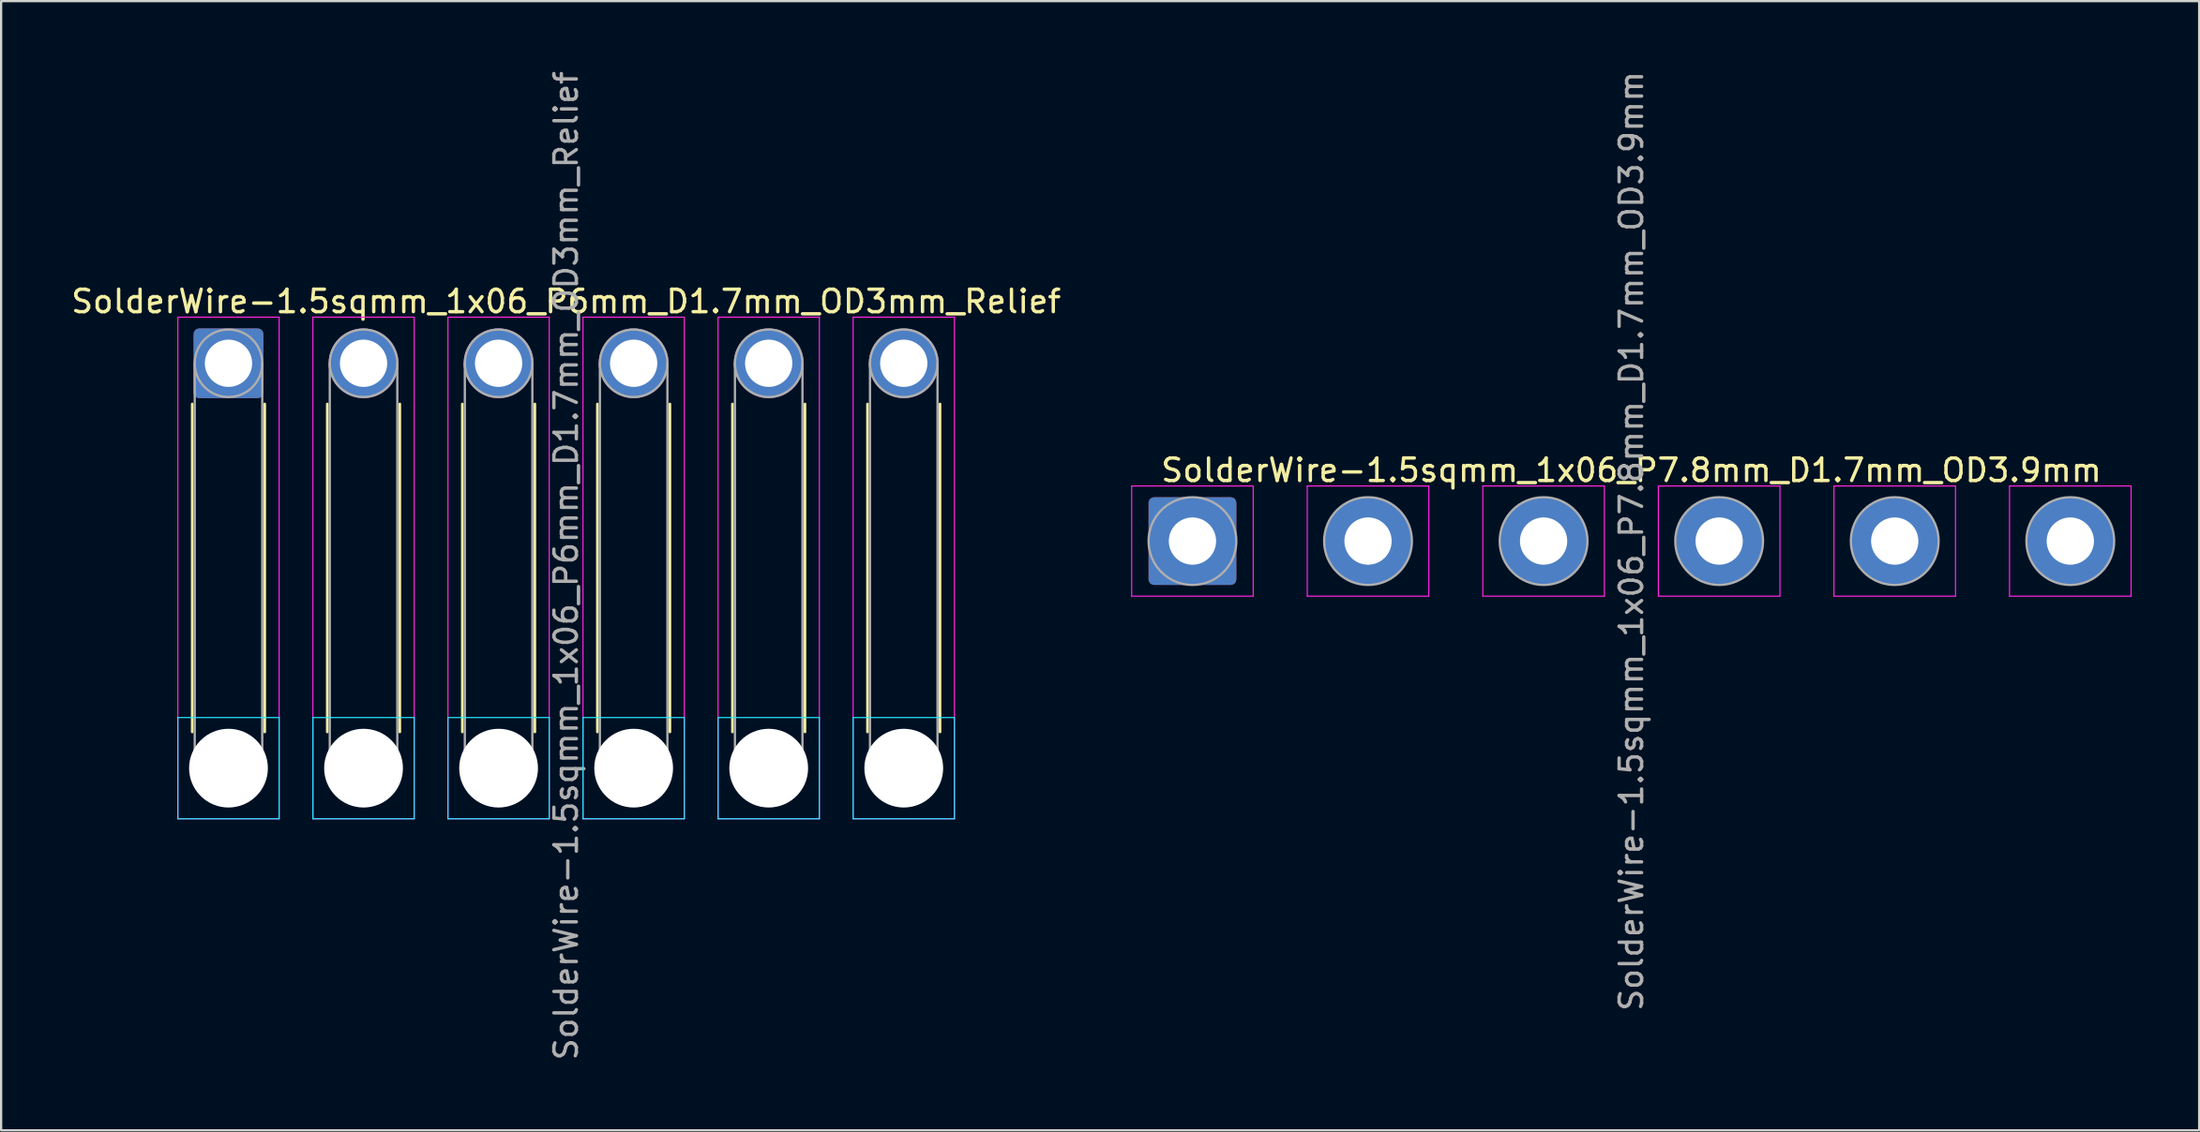
<source format=kicad_pcb>
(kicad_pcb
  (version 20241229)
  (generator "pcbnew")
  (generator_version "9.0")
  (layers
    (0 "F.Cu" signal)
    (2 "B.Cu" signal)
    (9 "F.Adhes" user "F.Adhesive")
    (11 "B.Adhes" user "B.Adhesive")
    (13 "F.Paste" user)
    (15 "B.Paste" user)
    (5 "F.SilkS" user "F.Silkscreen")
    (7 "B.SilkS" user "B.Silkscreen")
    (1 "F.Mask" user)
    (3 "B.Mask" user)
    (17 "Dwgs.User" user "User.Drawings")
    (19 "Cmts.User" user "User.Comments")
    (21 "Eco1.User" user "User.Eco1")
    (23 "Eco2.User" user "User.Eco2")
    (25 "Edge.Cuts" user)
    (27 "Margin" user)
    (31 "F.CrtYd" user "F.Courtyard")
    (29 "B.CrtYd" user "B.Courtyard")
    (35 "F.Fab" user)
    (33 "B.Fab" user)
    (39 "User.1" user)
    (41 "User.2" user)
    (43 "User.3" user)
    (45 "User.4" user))
  (footprint "SolderWire-1.5sqmm_1x06_P6mm_D1.7mm_OD3mm_Relief"
    (layer "F.Cu")
    (at 7.101 13.101)
    (property "Reference" "SolderWire-1.5sqmm_1x06_P6mm_D1.7mm_OD3mm_Relief" (at 15 -2.75 0) (layer "F.SilkS") (effects (font (size 1 1) (thickness 0.15))))
    (attr exclude_from_pos_files exclude_from_bom)
    (fp_line (start -1.61 1.81) (end -1.61 16.39) (stroke (width 0.12) (type solid)) (layer "F.SilkS"))
    (fp_line (start 1.61 1.81) (end 1.61 16.39) (stroke (width 0.12) (type solid)) (layer "F.SilkS"))
    (fp_line (start 4.39 1.81) (end 4.39 16.39) (stroke (width 0.12) (type solid)) (layer "F.SilkS"))
    (fp_line (start 7.61 1.81) (end 7.61 16.39) (stroke (width 0.12) (type solid)) (layer "F.SilkS"))
    (fp_line (start 10.39 1.81) (end 10.39 16.39) (stroke (width 0.12) (type solid)) (layer "F.SilkS"))
    (fp_line (start 13.61 1.81) (end 13.61 16.39) (stroke (width 0.12) (type solid)) (layer "F.SilkS"))
    (fp_line (start 16.39 1.81) (end 16.39 16.39) (stroke (width 0.12) (type solid)) (layer "F.SilkS"))
    (fp_line (start 19.61 1.81) (end 19.61 16.39) (stroke (width 0.12) (type solid)) (layer "F.SilkS"))
    (fp_line (start 22.39 1.81) (end 22.39 16.39) (stroke (width 0.12) (type solid)) (layer "F.SilkS"))
    (fp_line (start 25.61 1.81) (end 25.61 16.39) (stroke (width 0.12) (type solid)) (layer "F.SilkS"))
    (fp_line (start 28.39 1.81) (end 28.39 16.39) (stroke (width 0.12) (type solid)) (layer "F.SilkS"))
    (fp_line (start 31.61 1.81) (end 31.61 16.39) (stroke (width 0.12) (type solid)) (layer "F.SilkS"))
    (fp_line (start -2.25 15.75) (end -2.25 20.25) (stroke (width 0.05) (type solid)) (layer "B.CrtYd"))
    (fp_line (start -2.25 20.25) (end 2.25 20.25) (stroke (width 0.05) (type solid)) (layer "B.CrtYd"))
    (fp_line (start 2.25 15.75) (end -2.25 15.75) (stroke (width 0.05) (type solid)) (layer "B.CrtYd"))
    (fp_line (start 2.25 20.25) (end 2.25 15.75) (stroke (width 0.05) (type solid)) (layer "B.CrtYd"))
    (fp_line (start 3.75 15.75) (end 3.75 20.25) (stroke (width 0.05) (type solid)) (layer "B.CrtYd"))
    (fp_line (start 3.75 20.25) (end 8.25 20.25) (stroke (width 0.05) (type solid)) (layer "B.CrtYd"))
    (fp_line (start 8.25 15.75) (end 3.75 15.75) (stroke (width 0.05) (type solid)) (layer "B.CrtYd"))
    (fp_line (start 8.25 20.25) (end 8.25 15.75) (stroke (width 0.05) (type solid)) (layer "B.CrtYd"))
    (fp_line (start 9.75 15.75) (end 9.75 20.25) (stroke (width 0.05) (type solid)) (layer "B.CrtYd"))
    (fp_line (start 9.75 20.25) (end 14.25 20.25) (stroke (width 0.05) (type solid)) (layer "B.CrtYd"))
    (fp_line (start 14.25 15.75) (end 9.75 15.75) (stroke (width 0.05) (type solid)) (layer "B.CrtYd"))
    (fp_line (start 14.25 20.25) (end 14.25 15.75) (stroke (width 0.05) (type solid)) (layer "B.CrtYd"))
    (fp_line (start 15.75 15.75) (end 15.75 20.25) (stroke (width 0.05) (type solid)) (layer "B.CrtYd"))
    (fp_line (start 15.75 20.25) (end 20.25 20.25) (stroke (width 0.05) (type solid)) (layer "B.CrtYd"))
    (fp_line (start 20.25 15.75) (end 15.75 15.75) (stroke (width 0.05) (type solid)) (layer "B.CrtYd"))
    (fp_line (start 20.25 20.25) (end 20.25 15.75) (stroke (width 0.05) (type solid)) (layer "B.CrtYd"))
    (fp_line (start 21.75 15.75) (end 21.75 20.25) (stroke (width 0.05) (type solid)) (layer "B.CrtYd"))
    (fp_line (start 21.75 20.25) (end 26.25 20.25) (stroke (width 0.05) (type solid)) (layer "B.CrtYd"))
    (fp_line (start 26.25 15.75) (end 21.75 15.75) (stroke (width 0.05) (type solid)) (layer "B.CrtYd"))
    (fp_line (start 26.25 20.25) (end 26.25 15.75) (stroke (width 0.05) (type solid)) (layer "B.CrtYd"))
    (fp_line (start 27.75 15.75) (end 27.75 20.25) (stroke (width 0.05) (type solid)) (layer "B.CrtYd"))
    (fp_line (start 27.75 20.25) (end 32.25 20.25) (stroke (width 0.05) (type solid)) (layer "B.CrtYd"))
    (fp_line (start 32.25 15.75) (end 27.75 15.75) (stroke (width 0.05) (type solid)) (layer "B.CrtYd"))
    (fp_line (start 32.25 20.25) (end 32.25 15.75) (stroke (width 0.05) (type solid)) (layer "B.CrtYd"))
    (fp_line (start -2.25 -2.05) (end -2.25 20.25) (stroke (width 0.05) (type solid)) (layer "F.CrtYd"))
    (fp_line (start -2.25 20.25) (end 2.25 20.25) (stroke (width 0.05) (type solid)) (layer "F.CrtYd"))
    (fp_line (start 2.25 -2.05) (end -2.25 -2.05) (stroke (width 0.05) (type solid)) (layer "F.CrtYd"))
    (fp_line (start 2.25 20.25) (end 2.25 -2.05) (stroke (width 0.05) (type solid)) (layer "F.CrtYd"))
    (fp_line (start 3.75 -2.05) (end 3.75 20.25) (stroke (width 0.05) (type solid)) (layer "F.CrtYd"))
    (fp_line (start 3.75 20.25) (end 8.25 20.25) (stroke (width 0.05) (type solid)) (layer "F.CrtYd"))
    (fp_line (start 8.25 -2.05) (end 3.75 -2.05) (stroke (width 0.05) (type solid)) (layer "F.CrtYd"))
    (fp_line (start 8.25 20.25) (end 8.25 -2.05) (stroke (width 0.05) (type solid)) (layer "F.CrtYd"))
    (fp_line (start 9.75 -2.05) (end 9.75 20.25) (stroke (width 0.05) (type solid)) (layer "F.CrtYd"))
    (fp_line (start 9.75 20.25) (end 14.25 20.25) (stroke (width 0.05) (type solid)) (layer "F.CrtYd"))
    (fp_line (start 14.25 -2.05) (end 9.75 -2.05) (stroke (width 0.05) (type solid)) (layer "F.CrtYd"))
    (fp_line (start 14.25 20.25) (end 14.25 -2.05) (stroke (width 0.05) (type solid)) (layer "F.CrtYd"))
    (fp_line (start 15.75 -2.05) (end 15.75 20.25) (stroke (width 0.05) (type solid)) (layer "F.CrtYd"))
    (fp_line (start 15.75 20.25) (end 20.25 20.25) (stroke (width 0.05) (type solid)) (layer "F.CrtYd"))
    (fp_line (start 20.25 -2.05) (end 15.75 -2.05) (stroke (width 0.05) (type solid)) (layer "F.CrtYd"))
    (fp_line (start 20.25 20.25) (end 20.25 -2.05) (stroke (width 0.05) (type solid)) (layer "F.CrtYd"))
    (fp_line (start 21.75 -2.05) (end 21.75 20.25) (stroke (width 0.05) (type solid)) (layer "F.CrtYd"))
    (fp_line (start 21.75 20.25) (end 26.25 20.25) (stroke (width 0.05) (type solid)) (layer "F.CrtYd"))
    (fp_line (start 26.25 -2.05) (end 21.75 -2.05) (stroke (width 0.05) (type solid)) (layer "F.CrtYd"))
    (fp_line (start 26.25 20.25) (end 26.25 -2.05) (stroke (width 0.05) (type solid)) (layer "F.CrtYd"))
    (fp_line (start 27.75 -2.05) (end 27.75 20.25) (stroke (width 0.05) (type solid)) (layer "F.CrtYd"))
    (fp_line (start 27.75 20.25) (end 32.25 20.25) (stroke (width 0.05) (type solid)) (layer "F.CrtYd"))
    (fp_line (start 32.25 -2.05) (end 27.75 -2.05) (stroke (width 0.05) (type solid)) (layer "F.CrtYd"))
    (fp_line (start 32.25 20.25) (end 32.25 -2.05) (stroke (width 0.05) (type solid)) (layer "F.CrtYd"))
    (fp_line (start -1.5 0) (end -1.5 18) (stroke (width 0.1) (type solid)) (layer "F.Fab"))
    (fp_line (start 1.5 0) (end 1.5 18) (stroke (width 0.1) (type solid)) (layer "F.Fab"))
    (fp_line (start 4.5 0) (end 4.5 18) (stroke (width 0.1) (type solid)) (layer "F.Fab"))
    (fp_line (start 7.5 0) (end 7.5 18) (stroke (width 0.1) (type solid)) (layer "F.Fab"))
    (fp_line (start 10.5 0) (end 10.5 18) (stroke (width 0.1) (type solid)) (layer "F.Fab"))
    (fp_line (start 13.5 0) (end 13.5 18) (stroke (width 0.1) (type solid)) (layer "F.Fab"))
    (fp_line (start 16.5 0) (end 16.5 18) (stroke (width 0.1) (type solid)) (layer "F.Fab"))
    (fp_line (start 19.5 0) (end 19.5 18) (stroke (width 0.1) (type solid)) (layer "F.Fab"))
    (fp_line (start 22.5 0) (end 22.5 18) (stroke (width 0.1) (type solid)) (layer "F.Fab"))
    (fp_line (start 25.5 0) (end 25.5 18) (stroke (width 0.1) (type solid)) (layer "F.Fab"))
    (fp_line (start 28.5 0) (end 28.5 18) (stroke (width 0.1) (type solid)) (layer "F.Fab"))
    (fp_line (start 31.5 0) (end 31.5 18) (stroke (width 0.1) (type solid)) (layer "F.Fab"))
    (fp_circle (center 0 0) (end 1.5 0) (stroke (width 0.1) (type solid)) (fill no) (layer "F.Fab"))
    (fp_circle (center 0 18) (end 1.5 18) (stroke (width 0.1) (type solid)) (fill no) (layer "F.Fab"))
    (fp_circle (center 6 0) (end 7.5 0) (stroke (width 0.1) (type solid)) (fill no) (layer "F.Fab"))
    (fp_circle (center 6 18) (end 7.5 18) (stroke (width 0.1) (type solid)) (fill no) (layer "F.Fab"))
    (fp_circle (center 12 0) (end 13.5 0) (stroke (width 0.1) (type solid)) (fill no) (layer "F.Fab"))
    (fp_circle (center 12 18) (end 13.5 18) (stroke (width 0.1) (type solid)) (fill no) (layer "F.Fab"))
    (fp_circle (center 18 0) (end 19.5 0) (stroke (width 0.1) (type solid)) (fill no) (layer "F.Fab"))
    (fp_circle (center 18 18) (end 19.5 18) (stroke (width 0.1) (type solid)) (fill no) (layer "F.Fab"))
    (fp_circle (center 24 0) (end 25.5 0) (stroke (width 0.1) (type solid)) (fill no) (layer "F.Fab"))
    (fp_circle (center 24 18) (end 25.5 18) (stroke (width 0.1) (type solid)) (fill no) (layer "F.Fab"))
    (fp_circle (center 30 0) (end 31.5 0) (stroke (width 0.1) (type solid)) (fill no) (layer "F.Fab"))
    (fp_circle (center 30 18) (end 31.5 18) (stroke (width 0.1) (type solid)) (fill no) (layer "F.Fab"))
    (fp_text user "${REFERENCE}" (at 15 9 90) (layer "F.Fab") (effects (font (size 1 1) (thickness 0.15))))
    (pad "" np_thru_hole circle (at 0 18) (size 3.5 3.5) (drill 3.5) (layers "*.Cu" "*.Mask"))
    (pad "" np_thru_hole circle (at 6 18) (size 3.5 3.5) (drill 3.5) (layers "*.Cu" "*.Mask"))
    (pad "" np_thru_hole circle (at 12 18) (size 3.5 3.5) (drill 3.5) (layers "*.Cu" "*.Mask"))
    (pad "" np_thru_hole circle (at 18 18) (size 3.5 3.5) (drill 3.5) (layers "*.Cu" "*.Mask"))
    (pad "" np_thru_hole circle (at 24 18) (size 3.5 3.5) (drill 3.5) (layers "*.Cu" "*.Mask"))
    (pad "" np_thru_hole circle (at 30 18) (size 3.5 3.5) (drill 3.5) (layers "*.Cu" "*.Mask"))
    (pad "1" thru_hole roundrect (at 0 0) (size 3.1 3.1) (drill 2.1) (layers "*.Cu" "*.Mask") (roundrect_rratio 0.081))
    (pad "2" thru_hole circle (at 6 0) (size 3.1 3.1) (drill 2.1) (layers "*.Cu" "*.Mask"))
    (pad "3" thru_hole circle (at 12 0) (size 3.1 3.1) (drill 2.1) (layers "*.Cu" "*.Mask"))
    (pad "4" thru_hole circle (at 18 0) (size 3.1 3.1) (drill 2.1) (layers "*.Cu" "*.Mask"))
    (pad "5" thru_hole circle (at 24 0) (size 3.1 3.1) (drill 2.1) (layers "*.Cu" "*.Mask"))
    (pad "6" thru_hole circle (at 30 0) (size 3.1 3.1) (drill 2.1) (layers "*.Cu" "*.Mask")))
  (footprint "SolderWire-1.5sqmm_1x06_P7.8mm_D1.7mm_OD3.9mm"
    (layer "F.Cu")
    (at 49.927 21.006)
    (property "Reference" "SolderWire-1.5sqmm_1x06_P7.8mm_D1.7mm_OD3.9mm" (at 19.5 -3.15 0) (layer "F.SilkS") (effects (font (size 1 1) (thickness 0.15))))
    (attr exclude_from_pos_files exclude_from_bom)
    (fp_line (start -2.7 -2.45) (end -2.7 2.45) (stroke (width 0.05) (type solid)) (layer "F.CrtYd"))
    (fp_line (start -2.7 2.45) (end 2.7 2.45) (stroke (width 0.05) (type solid)) (layer "F.CrtYd"))
    (fp_line (start 2.7 -2.45) (end -2.7 -2.45) (stroke (width 0.05) (type solid)) (layer "F.CrtYd"))
    (fp_line (start 2.7 2.45) (end 2.7 -2.45) (stroke (width 0.05) (type solid)) (layer "F.CrtYd"))
    (fp_line (start 5.1 -2.45) (end 5.1 2.45) (stroke (width 0.05) (type solid)) (layer "F.CrtYd"))
    (fp_line (start 5.1 2.45) (end 10.5 2.45) (stroke (width 0.05) (type solid)) (layer "F.CrtYd"))
    (fp_line (start 10.5 -2.45) (end 5.1 -2.45) (stroke (width 0.05) (type solid)) (layer "F.CrtYd"))
    (fp_line (start 10.5 2.45) (end 10.5 -2.45) (stroke (width 0.05) (type solid)) (layer "F.CrtYd"))
    (fp_line (start 12.9 -2.45) (end 12.9 2.45) (stroke (width 0.05) (type solid)) (layer "F.CrtYd"))
    (fp_line (start 12.9 2.45) (end 18.3 2.45) (stroke (width 0.05) (type solid)) (layer "F.CrtYd"))
    (fp_line (start 18.3 -2.45) (end 12.9 -2.45) (stroke (width 0.05) (type solid)) (layer "F.CrtYd"))
    (fp_line (start 18.3 2.45) (end 18.3 -2.45) (stroke (width 0.05) (type solid)) (layer "F.CrtYd"))
    (fp_line (start 20.7 -2.45) (end 20.7 2.45) (stroke (width 0.05) (type solid)) (layer "F.CrtYd"))
    (fp_line (start 20.7 2.45) (end 26.1 2.45) (stroke (width 0.05) (type solid)) (layer "F.CrtYd"))
    (fp_line (start 26.1 -2.45) (end 20.7 -2.45) (stroke (width 0.05) (type solid)) (layer "F.CrtYd"))
    (fp_line (start 26.1 2.45) (end 26.1 -2.45) (stroke (width 0.05) (type solid)) (layer "F.CrtYd"))
    (fp_line (start 28.5 -2.45) (end 28.5 2.45) (stroke (width 0.05) (type solid)) (layer "F.CrtYd"))
    (fp_line (start 28.5 2.45) (end 33.9 2.45) (stroke (width 0.05) (type solid)) (layer "F.CrtYd"))
    (fp_line (start 33.9 -2.45) (end 28.5 -2.45) (stroke (width 0.05) (type solid)) (layer "F.CrtYd"))
    (fp_line (start 33.9 2.45) (end 33.9 -2.45) (stroke (width 0.05) (type solid)) (layer "F.CrtYd"))
    (fp_line (start 36.3 -2.45) (end 36.3 2.45) (stroke (width 0.05) (type solid)) (layer "F.CrtYd"))
    (fp_line (start 36.3 2.45) (end 41.7 2.45) (stroke (width 0.05) (type solid)) (layer "F.CrtYd"))
    (fp_line (start 41.7 -2.45) (end 36.3 -2.45) (stroke (width 0.05) (type solid)) (layer "F.CrtYd"))
    (fp_line (start 41.7 2.45) (end 41.7 -2.45) (stroke (width 0.05) (type solid)) (layer "F.CrtYd"))
    (fp_circle (center 0 0) (end 1.95 0) (stroke (width 0.1) (type solid)) (fill no) (layer "F.Fab"))
    (fp_circle (center 7.8 0) (end 9.75 0) (stroke (width 0.1) (type solid)) (fill no) (layer "F.Fab"))
    (fp_circle (center 15.6 0) (end 17.55 0) (stroke (width 0.1) (type solid)) (fill no) (layer "F.Fab"))
    (fp_circle (center 23.4 0) (end 25.35 0) (stroke (width 0.1) (type solid)) (fill no) (layer "F.Fab"))
    (fp_circle (center 31.2 0) (end 33.15 0) (stroke (width 0.1) (type solid)) (fill no) (layer "F.Fab"))
    (fp_circle (center 39 0) (end 40.95 0) (stroke (width 0.1) (type solid)) (fill no) (layer "F.Fab"))
    (fp_text user "${REFERENCE}" (at 19.5 0 90) (layer "F.Fab") (effects (font (size 1 1) (thickness 0.15))))
    (pad "1" thru_hole roundrect (at 0 0) (size 3.9 3.9) (drill 2.1) (layers "*.Cu" "*.Mask") (roundrect_rratio 0.064))
    (pad "2" thru_hole circle (at 7.8 0) (size 3.9 3.9) (drill 2.1) (layers "*.Cu" "*.Mask"))
    (pad "3" thru_hole circle (at 15.6 0) (size 3.9 3.9) (drill 2.1) (layers "*.Cu" "*.Mask"))
    (pad "4" thru_hole circle (at 23.4 0) (size 3.9 3.9) (drill 2.1) (layers "*.Cu" "*.Mask"))
    (pad "5" thru_hole circle (at 31.2 0) (size 3.9 3.9) (drill 2.1) (layers "*.Cu" "*.Mask"))
    (pad "6" thru_hole circle (at 39 0) (size 3.9 3.9) (drill 2.1) (layers "*.Cu" "*.Mask")))
  (gr_rect
    (start -3 -3)
    (end 94.652 47.202)
    (stroke (width 0.1) (type default))
    (fill no)
    (layer "Edge.Cuts")))
</source>
